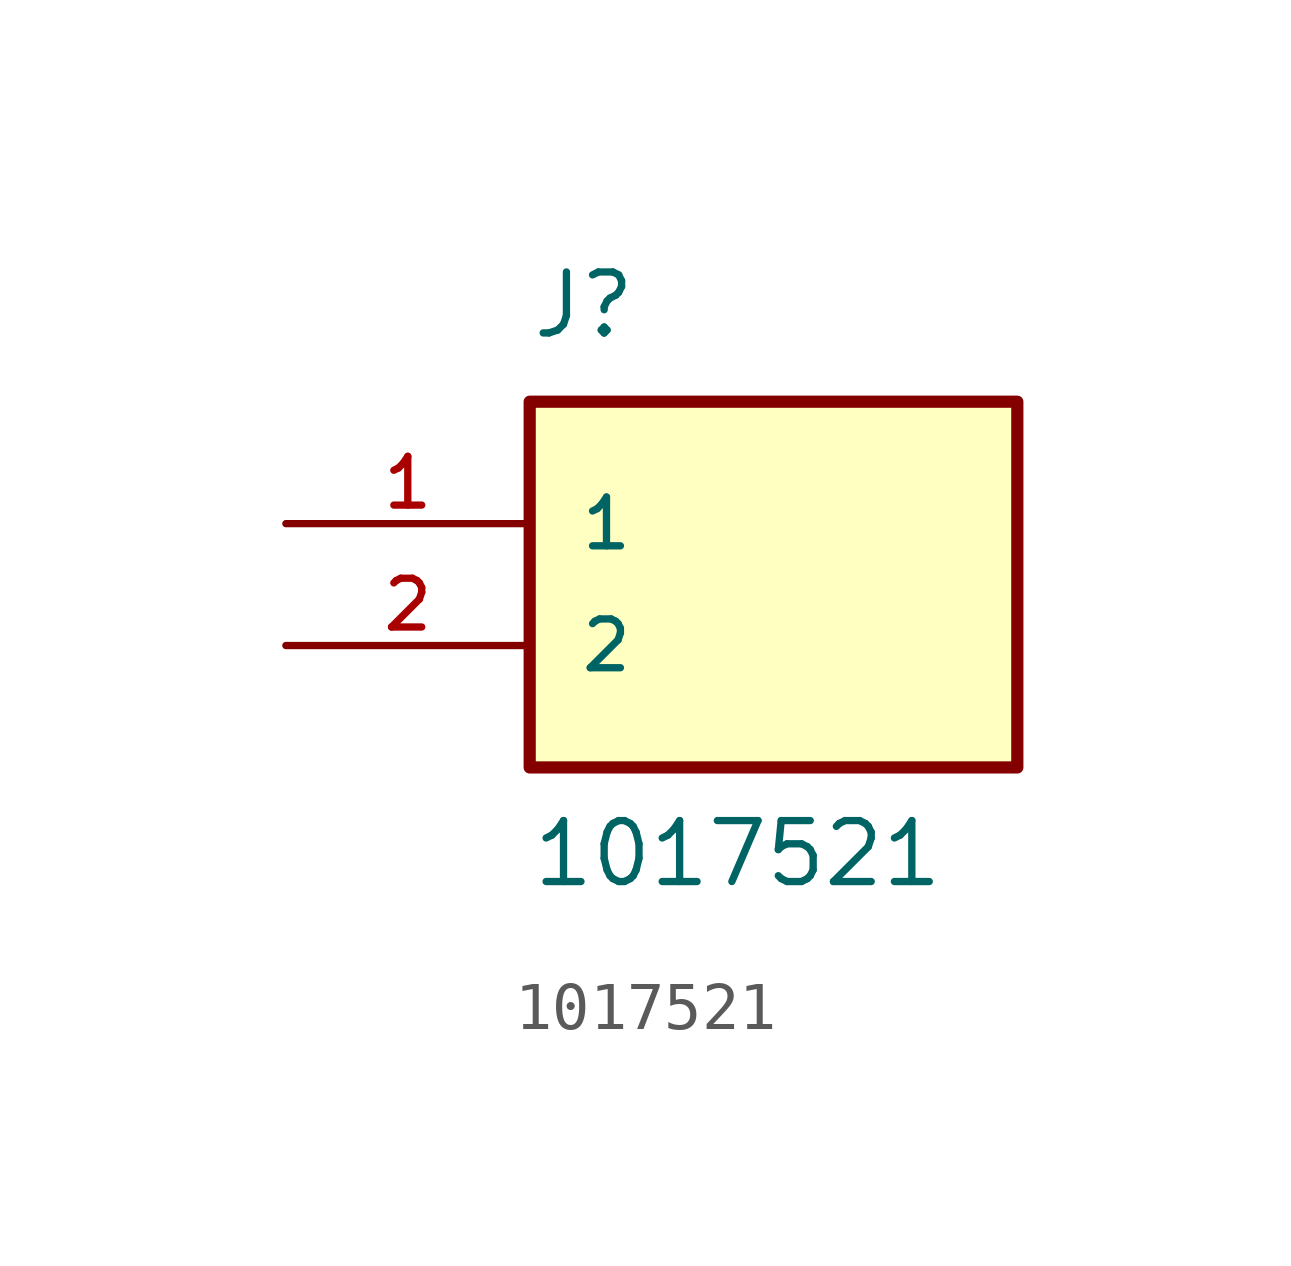
<source format=kicad_sym>
(kicad_symbol_lib
  (version 20211014)
  (generator kicad_symbol_editor)
  (symbol "1017521"
    (pin_names
      (offset 1.016))
    (property "Reference" "J"
      (at -5.08 3.81 0)
      (effects (font (size 1.27 1.27)) (justify bottom left)))
    (property "Value" "1017521"
      (at -5.08 -7.62 0)
      (effects (font (size 1.27 1.27)) (justify bottom left)))
    (symbol "1017521_0_0"
      (rectangle (start -5.08 -5.08) (end 5.08 2.54) (stroke (width 0.254)) (fill (type background)))
      (pin passive line (at -10.16 0.0 0) (length 5.08) (name "1" (effects (font (size 1.016 1.016)))) (number "1" (effects (font (size 1.016 1.016)))))
      (pin passive line (at -10.16 -2.54 0) (length 5.08) (name "2" (effects (font (size 1.016 1.016)))) (number "2" (effects (font (size 1.016 1.016))))))))
</source>
